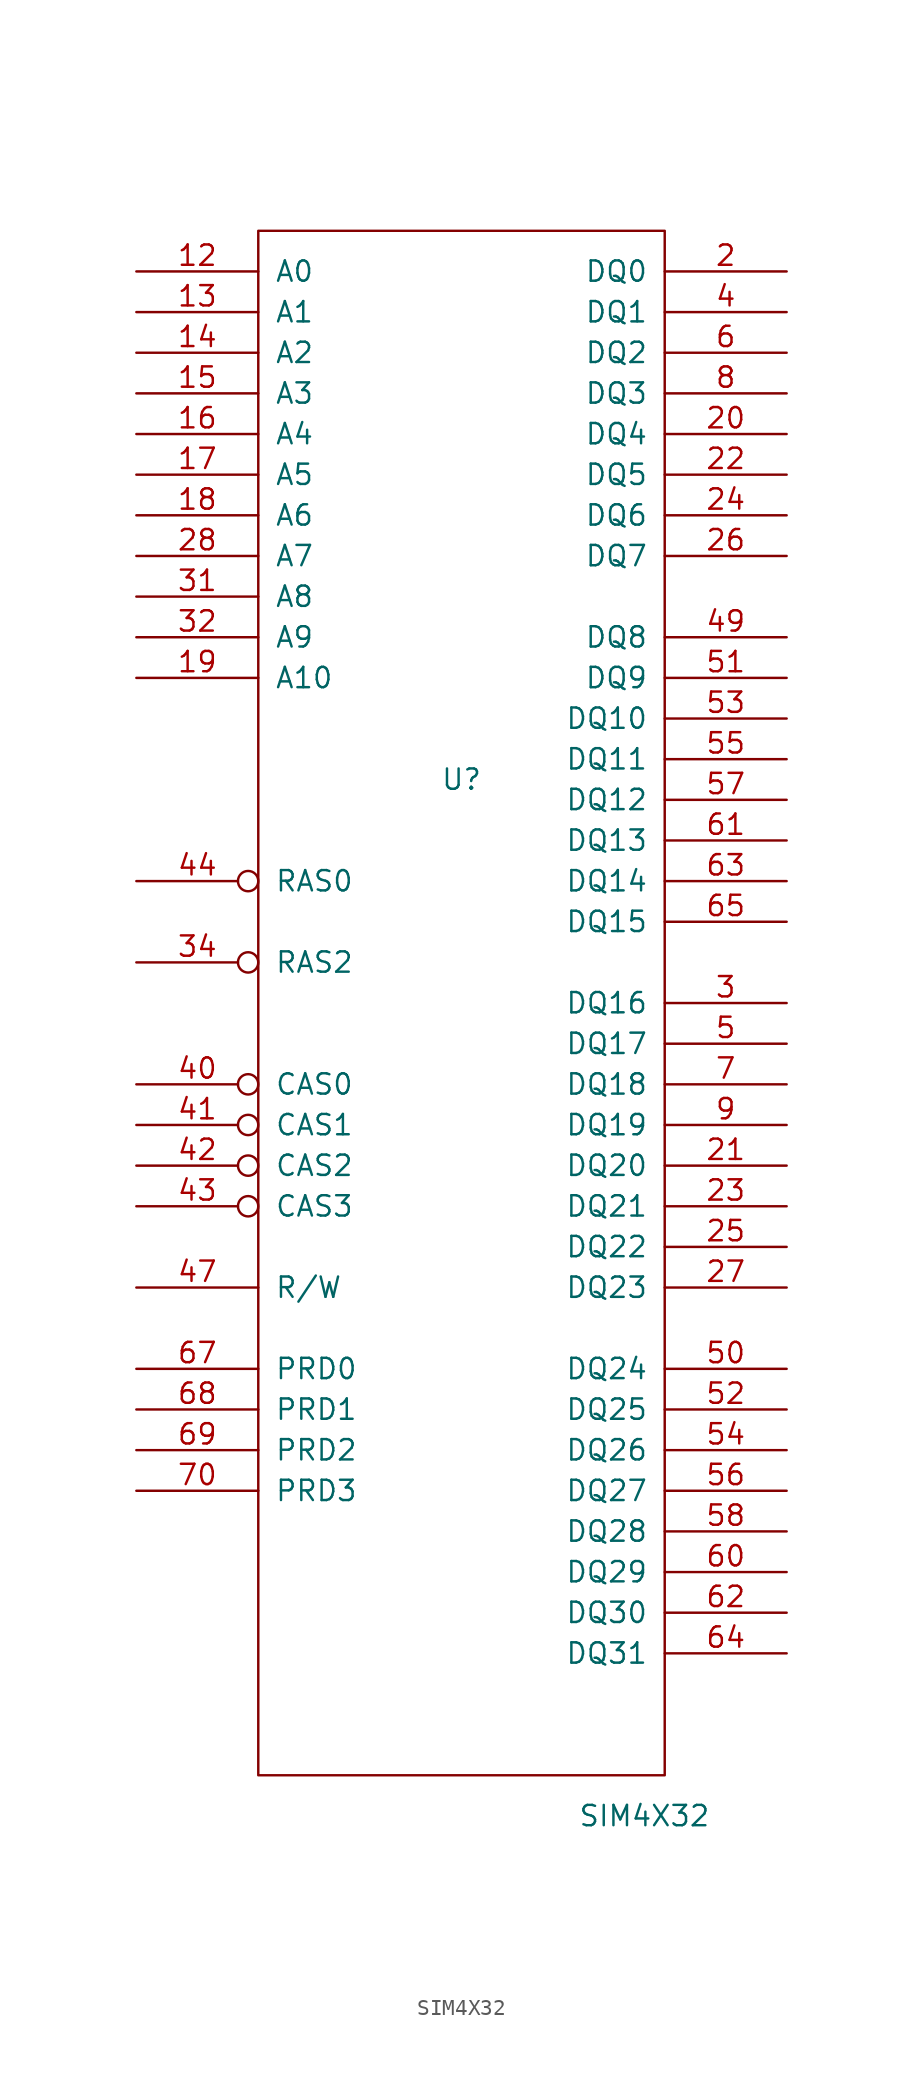
<source format=kicad_sym>
(kicad_symbol_lib
  (version 20231120)
  (generator "kicad_symbol_editor")
  (generator_version "8.0")
  (symbol "SIM4X32"
    (pin_names
      (offset 1.016))
    (property "Reference" "U"
      (at 0 13.97 0)
      (effects (font (size 1.27 1.27))))
    (property "Value" "SIM4X32"
      (at 11.43 -50.8 0)
      (effects (font (size 1.27 1.27))))
    (property "Footprint" ""
      (at 0 0 0)
      (effects (font (size 1.27 1.27))))
    (property "Datasheet" ""
      (at 0 0 0)
      (effects (font (size 1.27 1.27))))
    (symbol "SIM4X32_0_1"
      (rectangle (start -12.7 -48.26) (end 12.7 48.26) (stroke (width 0) (type solid)) (fill (type none))))
    (symbol "SIM4X32_1_1"
      (pin power_in line (at -2.54 -48.26 90) (length 0) hide (name "GND" (effects (font (size 1.27 1.27)))) (number "1" (effects (font (size 1.27 1.27)))))
      (pin power_in line (at -2.54 48.26 270) (length 0) hide (name "VCC" (effects (font (size 1.27 1.27)))) (number "10" (effects (font (size 1.27 1.27)))))
      (pin input line (at -20.32 45.72 0) (length 7.62) (name "A0" (effects (font (size 1.27 1.27)))) (number "12" (effects (font (size 1.27 1.27)))))
      (pin input line (at -20.32 43.18 0) (length 7.62) (name "A1" (effects (font (size 1.27 1.27)))) (number "13" (effects (font (size 1.27 1.27)))))
      (pin input line (at -20.32 40.64 0) (length 7.62) (name "A2" (effects (font (size 1.27 1.27)))) (number "14" (effects (font (size 1.27 1.27)))))
      (pin input line (at -20.32 38.1 0) (length 7.62) (name "A3" (effects (font (size 1.27 1.27)))) (number "15" (effects (font (size 1.27 1.27)))))
      (pin input line (at -20.32 35.56 0) (length 7.62) (name "A4" (effects (font (size 1.27 1.27)))) (number "16" (effects (font (size 1.27 1.27)))))
      (pin input line (at -20.32 33.02 0) (length 7.62) (name "A5" (effects (font (size 1.27 1.27)))) (number "17" (effects (font (size 1.27 1.27)))))
      (pin input line (at -20.32 30.48 0) (length 7.62) (name "A6" (effects (font (size 1.27 1.27)))) (number "18" (effects (font (size 1.27 1.27)))))
      (pin input line (at -20.32 20.32 0) (length 7.62) (name "A10" (effects (font (size 1.27 1.27)))) (number "19" (effects (font (size 1.27 1.27)))))
      (pin tri_state line (at 20.32 45.72 180) (length 7.62) (name "DQ0" (effects (font (size 1.27 1.27)))) (number "2" (effects (font (size 1.27 1.27)))))
      (pin tri_state line (at 20.32 35.56 180) (length 7.62) (name "DQ4" (effects (font (size 1.27 1.27)))) (number "20" (effects (font (size 1.27 1.27)))))
      (pin tri_state line (at 20.32 -10.16 180) (length 7.62) (name "DQ20" (effects (font (size 1.27 1.27)))) (number "21" (effects (font (size 1.27 1.27)))))
      (pin tri_state line (at 20.32 33.02 180) (length 7.62) (name "DQ5" (effects (font (size 1.27 1.27)))) (number "22" (effects (font (size 1.27 1.27)))))
      (pin tri_state line (at 20.32 -12.7 180) (length 7.62) (name "DQ21" (effects (font (size 1.27 1.27)))) (number "23" (effects (font (size 1.27 1.27)))))
      (pin tri_state line (at 20.32 30.48 180) (length 7.62) (name "DQ6" (effects (font (size 1.27 1.27)))) (number "24" (effects (font (size 1.27 1.27)))))
      (pin tri_state line (at 20.32 -15.24 180) (length 7.62) (name "DQ22" (effects (font (size 1.27 1.27)))) (number "25" (effects (font (size 1.27 1.27)))))
      (pin tri_state line (at 20.32 27.94 180) (length 7.62) (name "DQ7" (effects (font (size 1.27 1.27)))) (number "26" (effects (font (size 1.27 1.27)))))
      (pin tri_state line (at 20.32 -17.78 180) (length 7.62) (name "DQ23" (effects (font (size 1.27 1.27)))) (number "27" (effects (font (size 1.27 1.27)))))
      (pin input line (at -20.32 27.94 0) (length 7.62) (name "A7" (effects (font (size 1.27 1.27)))) (number "28" (effects (font (size 1.27 1.27)))))
      (pin tri_state line (at 20.32 0 180) (length 7.62) (name "DQ16" (effects (font (size 1.27 1.27)))) (number "3" (effects (font (size 1.27 1.27)))))
      (pin power_in line (at 0 48.26 270) (length 0) hide (name "VCC" (effects (font (size 1.27 1.27)))) (number "30" (effects (font (size 1.27 1.27)))))
      (pin input line (at -20.32 25.4 0) (length 7.62) (name "A8" (effects (font (size 1.27 1.27)))) (number "31" (effects (font (size 1.27 1.27)))))
      (pin input line (at -20.32 22.86 0) (length 7.62) (name "A9" (effects (font (size 1.27 1.27)))) (number "32" (effects (font (size 1.27 1.27)))))
      (pin input inverted (at -20.32 2.54 0) (length 7.62) (name "RAS2" (effects (font (size 1.27 1.27)))) (number "34" (effects (font (size 1.27 1.27)))))
      (pin power_in line (at 0 -49.53 90) (length 0) hide (name "GND" (effects (font (size 1.27 1.27)))) (number "39" (effects (font (size 1.27 1.27)))))
      (pin tri_state line (at 20.32 43.18 180) (length 7.62) (name "DQ1" (effects (font (size 1.27 1.27)))) (number "4" (effects (font (size 1.27 1.27)))))
      (pin input inverted (at -20.32 -5.08 0) (length 7.62) (name "CAS0" (effects (font (size 1.27 1.27)))) (number "40" (effects (font (size 1.27 1.27)))))
      (pin input inverted (at -20.32 -7.62 0) (length 7.62) (name "CAS1" (effects (font (size 1.27 1.27)))) (number "41" (effects (font (size 1.27 1.27)))))
      (pin input inverted (at -20.32 -10.16 0) (length 7.62) (name "CAS2" (effects (font (size 1.27 1.27)))) (number "42" (effects (font (size 1.27 1.27)))))
      (pin input inverted (at -20.32 -12.7 0) (length 7.62) (name "CAS3" (effects (font (size 1.27 1.27)))) (number "43" (effects (font (size 1.27 1.27)))))
      (pin input inverted (at -20.32 7.62 0) (length 7.62) (name "RAS0" (effects (font (size 1.27 1.27)))) (number "44" (effects (font (size 1.27 1.27)))))
      (pin input line (at -20.32 -17.78 0) (length 7.62) (name "R/W" (effects (font (size 1.27 1.27)))) (number "47" (effects (font (size 1.27 1.27)))))
      (pin tri_state line (at 20.32 22.86 180) (length 7.62) (name "DQ8" (effects (font (size 1.27 1.27)))) (number "49" (effects (font (size 1.27 1.27)))))
      (pin tri_state line (at 20.32 -2.54 180) (length 7.62) (name "DQ17" (effects (font (size 1.27 1.27)))) (number "5" (effects (font (size 1.27 1.27)))))
      (pin tri_state line (at 20.32 -22.86 180) (length 7.62) (name "DQ24" (effects (font (size 1.27 1.27)))) (number "50" (effects (font (size 1.27 1.27)))))
      (pin tri_state line (at 20.32 20.32 180) (length 7.62) (name "DQ9" (effects (font (size 1.27 1.27)))) (number "51" (effects (font (size 1.27 1.27)))))
      (pin tri_state line (at 20.32 -25.4 180) (length 7.62) (name "DQ25" (effects (font (size 1.27 1.27)))) (number "52" (effects (font (size 1.27 1.27)))))
      (pin tri_state line (at 20.32 17.78 180) (length 7.62) (name "DQ10" (effects (font (size 1.27 1.27)))) (number "53" (effects (font (size 1.27 1.27)))))
      (pin tri_state line (at 20.32 -27.94 180) (length 7.62) (name "DQ26" (effects (font (size 1.27 1.27)))) (number "54" (effects (font (size 1.27 1.27)))))
      (pin tri_state line (at 20.32 15.24 180) (length 7.62) (name "DQ11" (effects (font (size 1.27 1.27)))) (number "55" (effects (font (size 1.27 1.27)))))
      (pin tri_state line (at 20.32 -30.48 180) (length 7.62) (name "DQ27" (effects (font (size 1.27 1.27)))) (number "56" (effects (font (size 1.27 1.27)))))
      (pin tri_state line (at 20.32 12.7 180) (length 7.62) (name "DQ12" (effects (font (size 1.27 1.27)))) (number "57" (effects (font (size 1.27 1.27)))))
      (pin tri_state line (at 20.32 -33.02 180) (length 7.62) (name "DQ28" (effects (font (size 1.27 1.27)))) (number "58" (effects (font (size 1.27 1.27)))))
      (pin power_in line (at 2.54 48.26 270) (length 0) hide (name "VCC" (effects (font (size 1.27 1.27)))) (number "59" (effects (font (size 1.27 1.27)))))
      (pin tri_state line (at 20.32 40.64 180) (length 7.62) (name "DQ2" (effects (font (size 1.27 1.27)))) (number "6" (effects (font (size 1.27 1.27)))))
      (pin tri_state line (at 20.32 -35.56 180) (length 7.62) (name "DQ29" (effects (font (size 1.27 1.27)))) (number "60" (effects (font (size 1.27 1.27)))))
      (pin tri_state line (at 20.32 10.16 180) (length 7.62) (name "DQ13" (effects (font (size 1.27 1.27)))) (number "61" (effects (font (size 1.27 1.27)))))
      (pin tri_state line (at 20.32 -38.1 180) (length 7.62) (name "DQ30" (effects (font (size 1.27 1.27)))) (number "62" (effects (font (size 1.27 1.27)))))
      (pin tri_state line (at 20.32 7.62 180) (length 7.62) (name "DQ14" (effects (font (size 1.27 1.27)))) (number "63" (effects (font (size 1.27 1.27)))))
      (pin tri_state line (at 20.32 -40.64 180) (length 7.62) (name "DQ31" (effects (font (size 1.27 1.27)))) (number "64" (effects (font (size 1.27 1.27)))))
      (pin tri_state line (at 20.32 5.08 180) (length 7.62) (name "DQ15" (effects (font (size 1.27 1.27)))) (number "65" (effects (font (size 1.27 1.27)))))
      (pin input line (at -20.32 -22.86 0) (length 7.62) (name "PRD0" (effects (font (size 1.27 1.27)))) (number "67" (effects (font (size 1.27 1.27)))))
      (pin input line (at -20.32 -25.4 0) (length 7.62) (name "PRD1" (effects (font (size 1.27 1.27)))) (number "68" (effects (font (size 1.27 1.27)))))
      (pin input line (at -20.32 -27.94 0) (length 7.62) (name "PRD2" (effects (font (size 1.27 1.27)))) (number "69" (effects (font (size 1.27 1.27)))))
      (pin tri_state line (at 20.32 -5.08 180) (length 7.62) (name "DQ18" (effects (font (size 1.27 1.27)))) (number "7" (effects (font (size 1.27 1.27)))))
      (pin input line (at -20.32 -30.48 0) (length 7.62) (name "PRD3" (effects (font (size 1.27 1.27)))) (number "70" (effects (font (size 1.27 1.27)))))
      (pin power_in line (at 2.54 -48.26 90) (length 0) hide (name "GND" (effects (font (size 1.27 1.27)))) (number "72" (effects (font (size 1.27 1.27)))))
      (pin tri_state line (at 20.32 38.1 180) (length 7.62) (name "DQ3" (effects (font (size 1.27 1.27)))) (number "8" (effects (font (size 1.27 1.27)))))
      (pin tri_state line (at 20.32 -7.62 180) (length 7.62) (name "DQ19" (effects (font (size 1.27 1.27)))) (number "9" (effects (font (size 1.27 1.27))))))))
</source>
